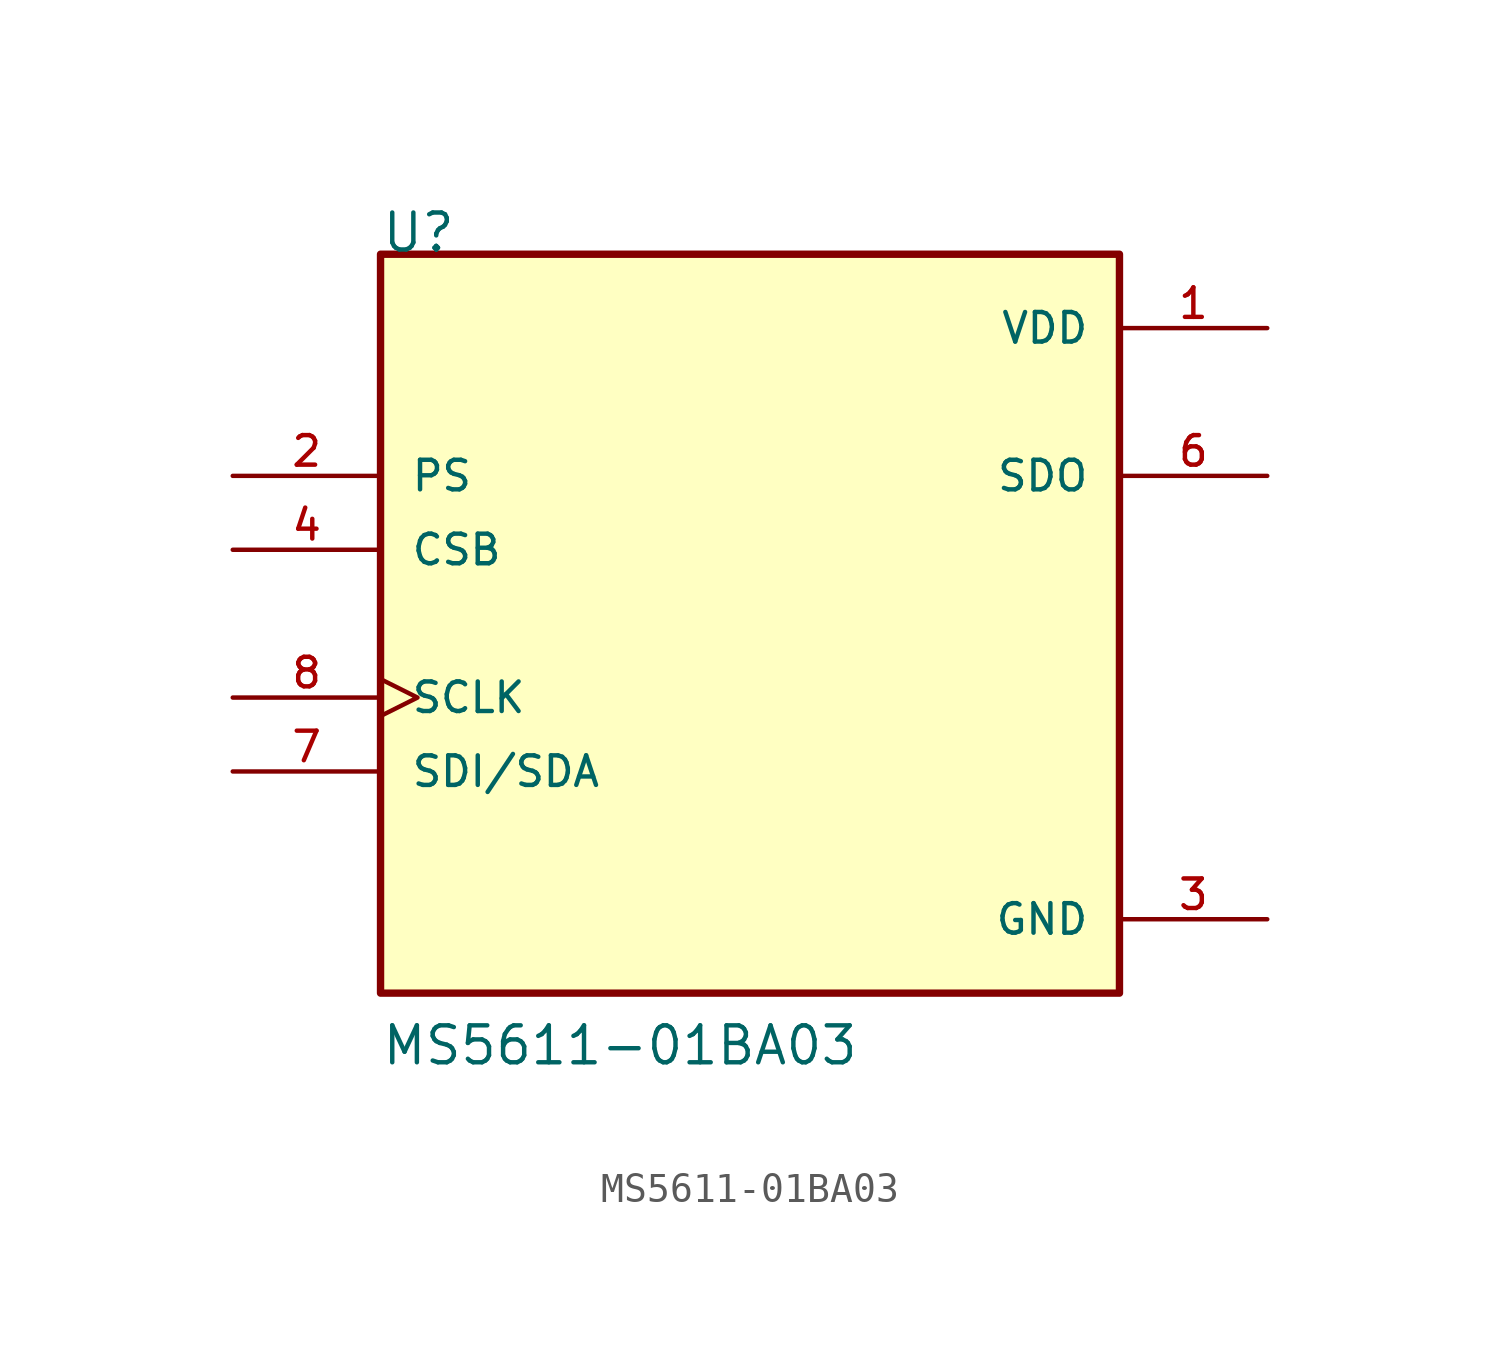
<source format=kicad_sym>
(kicad_symbol_lib
  (version 20211014)
  (generator kicad_symbol_editor)
  (symbol "MS5611-01BA03"
    (pin_names
      (offset 1.016))
    (property "Reference" "U"
      (at -12.7 12.7 0)
      (effects (font (size 1.27 1.27)) (justify bottom left)))
    (property "Value" "MS5611-01BA03"
      (at -12.7 -15.24 0)
      (effects (font (size 1.27 1.27)) (justify bottom left)))
    (symbol "MS5611-01BA03_0_0"
      (rectangle (start -12.7 -12.7) (end 12.7 12.7) (stroke (width 0.254)) (fill (type background)))
      (pin power_in line (at 17.78 10.16 180.0) (length 5.08) (name "VDD" (effects (font (size 1.016 1.016)))) (number "1" (effects (font (size 1.016 1.016)))))
      (pin input line (at -17.78 5.08 0) (length 5.08) (name "PS" (effects (font (size 1.016 1.016)))) (number "2" (effects (font (size 1.016 1.016)))))
      (pin power_in line (at 17.78 -10.16 180.0) (length 5.08) (name "GND" (effects (font (size 1.016 1.016)))) (number "3" (effects (font (size 1.016 1.016)))))
      (pin input line (at -17.78 2.54 0) (length 5.08) (name "CSB" (effects (font (size 1.016 1.016)))) (number "4" (effects (font (size 1.016 1.016)))))
      (pin input line (at -17.78 2.54 0) (length 5.08) hide (name "CSB" (effects (font (size 1.016 1.016)))) (number "5" (effects (font (size 1.016 1.016)))))
      (pin output line (at 17.78 5.08 180.0) (length 5.08) (name "SDO" (effects (font (size 1.016 1.016)))) (number "6" (effects (font (size 1.016 1.016)))))
      (pin bidirectional line (at -17.78 -5.08 0) (length 5.08) (name "SDI/SDA" (effects (font (size 1.016 1.016)))) (number "7" (effects (font (size 1.016 1.016)))))
      (pin input clock (at -17.78 -2.54 0) (length 5.08) (name "SCLK" (effects (font (size 1.016 1.016)))) (number "8" (effects (font (size 1.016 1.016))))))))
</source>
